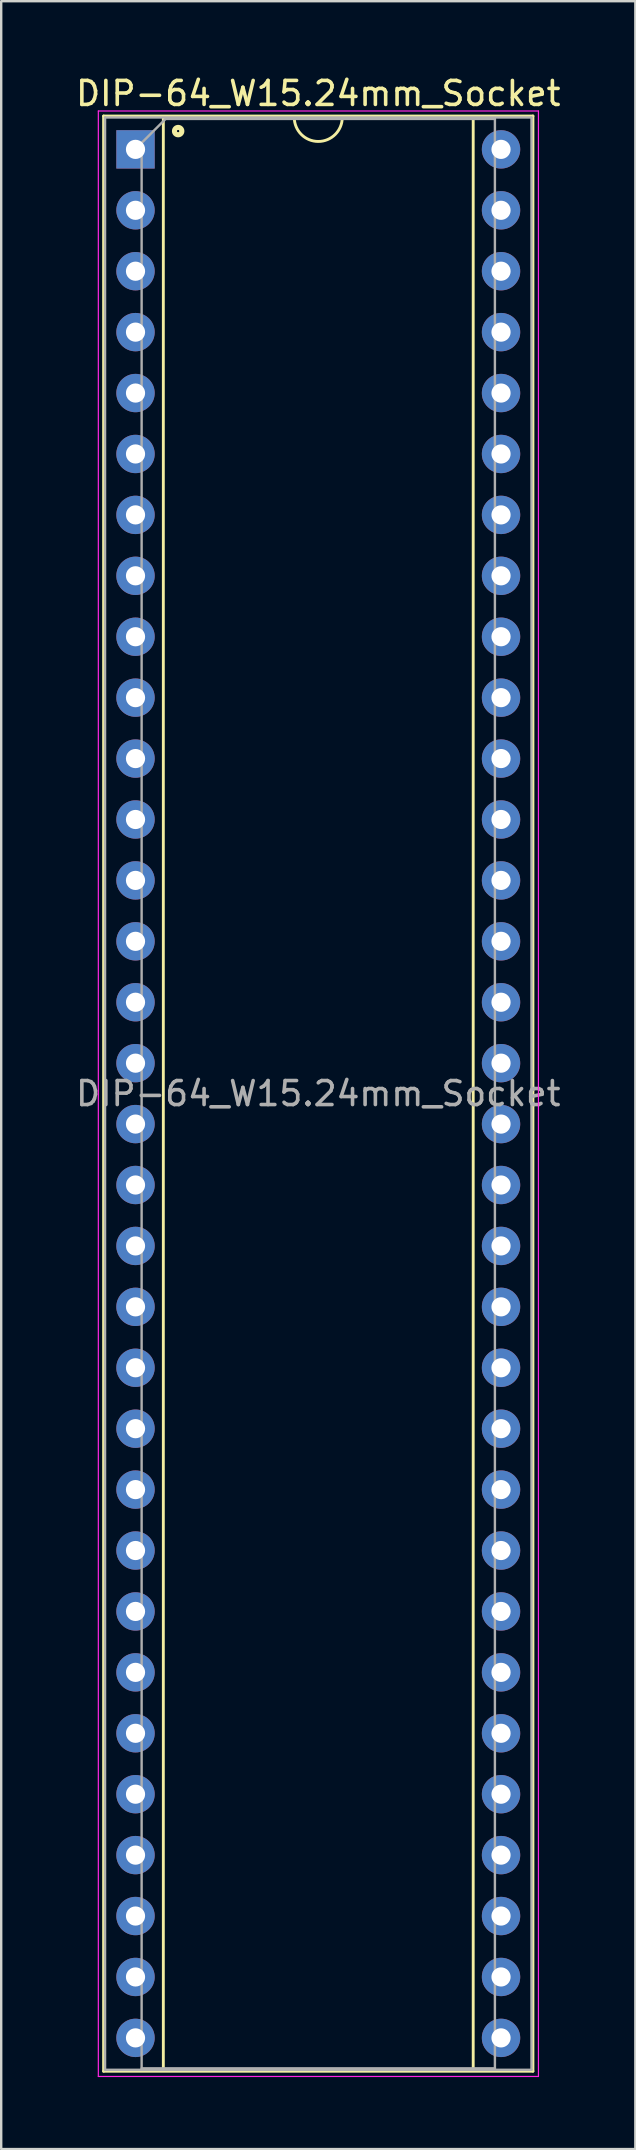
<source format=kicad_pcb>
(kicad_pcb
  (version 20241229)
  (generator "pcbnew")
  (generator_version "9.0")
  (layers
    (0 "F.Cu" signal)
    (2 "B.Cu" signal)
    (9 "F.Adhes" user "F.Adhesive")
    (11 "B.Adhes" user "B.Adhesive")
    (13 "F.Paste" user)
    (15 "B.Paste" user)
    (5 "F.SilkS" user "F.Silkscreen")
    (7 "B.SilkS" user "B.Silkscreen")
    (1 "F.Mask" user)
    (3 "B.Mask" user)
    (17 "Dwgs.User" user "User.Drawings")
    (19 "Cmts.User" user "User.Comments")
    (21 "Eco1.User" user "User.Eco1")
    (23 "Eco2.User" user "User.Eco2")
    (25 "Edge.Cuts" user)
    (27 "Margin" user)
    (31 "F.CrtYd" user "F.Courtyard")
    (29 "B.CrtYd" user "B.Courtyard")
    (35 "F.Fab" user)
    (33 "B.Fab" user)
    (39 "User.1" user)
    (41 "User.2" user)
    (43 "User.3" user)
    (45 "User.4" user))
  (footprint "DIP-64_W15.24mm_Socket"
    (layer "F.Cu")
    (at 2.6 3.178)
    (property "Reference" "DIP-64_W15.24mm_Socket" (at 7.62 -2.33 0) (layer "F.SilkS") (effects (font (size 1 1) (thickness 0.15))))
    (attr through_hole)
    (fp_line (start -1.33 -1.39) (end -1.33 80.13) (stroke (width 0.12) (type solid)) (layer "F.SilkS"))
    (fp_line (start -1.33 80.13) (end 16.57 80.13) (stroke (width 0.12) (type solid)) (layer "F.SilkS"))
    (fp_line (start 1.16 -1.33) (end 1.16 80.07) (stroke (width 0.12) (type solid)) (layer "F.SilkS"))
    (fp_line (start 1.16 80.07) (end 14.08 80.07) (stroke (width 0.12) (type solid)) (layer "F.SilkS"))
    (fp_line (start 6.62 -1.33) (end 1.16 -1.33) (stroke (width 0.12) (type solid)) (layer "F.SilkS"))
    (fp_line (start 14.08 -1.33) (end 8.62 -1.33) (stroke (width 0.12) (type solid)) (layer "F.SilkS"))
    (fp_line (start 14.08 80.07) (end 14.08 -1.33) (stroke (width 0.12) (type solid)) (layer "F.SilkS"))
    (fp_line (start 16.57 -1.39) (end -1.33 -1.39) (stroke (width 0.12) (type solid)) (layer "F.SilkS"))
    (fp_line (start 16.57 80.13) (end 16.57 -1.39) (stroke (width 0.12) (type solid)) (layer "F.SilkS"))
    (fp_arc (start 8.62 -1.33) (mid 7.62 -0.33) (end 6.62 -1.33) (stroke (width 0.12) (type solid)) (layer "F.SilkS"))
    (fp_circle (center 1.778 -0.762) (end 1.828 -0.762) (stroke (width 0.12) (type solid)) (fill no) (layer "F.SilkS"))
    (fp_circle (center 1.778 -0.762) (end 1.903 -0.762) (stroke (width 0.12) (type solid)) (fill no) (layer "F.SilkS"))
    (fp_circle (center 1.778 -0.762) (end 1.978 -0.762) (stroke (width 0.12) (type solid)) (fill no) (layer "F.SilkS"))
    (fp_line (start -1.55 -1.6) (end -1.55 80.35) (stroke (width 0.05) (type solid)) (layer "F.CrtYd"))
    (fp_line (start -1.55 80.35) (end 16.8 80.35) (stroke (width 0.05) (type solid)) (layer "F.CrtYd"))
    (fp_line (start 16.8 -1.6) (end -1.55 -1.6) (stroke (width 0.05) (type solid)) (layer "F.CrtYd"))
    (fp_line (start 16.8 80.35) (end 16.8 -1.6) (stroke (width 0.05) (type solid)) (layer "F.CrtYd"))
    (fp_line (start -1.27 -1.33) (end -1.27 80.07) (stroke (width 0.1) (type solid)) (layer "F.Fab"))
    (fp_line (start -1.27 80.07) (end 16.51 80.07) (stroke (width 0.1) (type solid)) (layer "F.Fab"))
    (fp_line (start 0.255 -0.27) (end 1.255 -1.27) (stroke (width 0.1) (type solid)) (layer "F.Fab"))
    (fp_line (start 0.255 80.01) (end 0.255 -0.27) (stroke (width 0.1) (type solid)) (layer "F.Fab"))
    (fp_line (start 1.255 -1.27) (end 14.985 -1.27) (stroke (width 0.1) (type solid)) (layer "F.Fab"))
    (fp_line (start 14.985 -1.27) (end 14.985 80.01) (stroke (width 0.1) (type solid)) (layer "F.Fab"))
    (fp_line (start 14.985 80.01) (end 0.255 80.01) (stroke (width 0.1) (type solid)) (layer "F.Fab"))
    (fp_line (start 16.51 -1.33) (end -1.27 -1.33) (stroke (width 0.1) (type solid)) (layer "F.Fab"))
    (fp_line (start 16.51 80.07) (end 16.51 -1.33) (stroke (width 0.1) (type solid)) (layer "F.Fab"))
    (fp_text user "${REFERENCE}" (at 7.62 39.37 0) (layer "F.Fab") (effects (font (size 1 1) (thickness 0.15))))
    (pad "1" thru_hole rect (at 0 0) (size 1.6 1.6) (drill 0.8) (layers "*.Cu" "*.Mask"))
    (pad "2" thru_hole oval (at 0 2.54) (size 1.6 1.6) (drill 0.8) (layers "*.Cu" "*.Mask"))
    (pad "3" thru_hole oval (at 0 5.08) (size 1.6 1.6) (drill 0.8) (layers "*.Cu" "*.Mask"))
    (pad "4" thru_hole oval (at 0 7.62) (size 1.6 1.6) (drill 0.8) (layers "*.Cu" "*.Mask"))
    (pad "5" thru_hole oval (at 0 10.16) (size 1.6 1.6) (drill 0.8) (layers "*.Cu" "*.Mask"))
    (pad "6" thru_hole oval (at 0 12.7) (size 1.6 1.6) (drill 0.8) (layers "*.Cu" "*.Mask"))
    (pad "7" thru_hole oval (at 0 15.24) (size 1.6 1.6) (drill 0.8) (layers "*.Cu" "*.Mask"))
    (pad "8" thru_hole oval (at 0 17.78) (size 1.6 1.6) (drill 0.8) (layers "*.Cu" "*.Mask"))
    (pad "9" thru_hole oval (at 0 20.32) (size 1.6 1.6) (drill 0.8) (layers "*.Cu" "*.Mask"))
    (pad "10" thru_hole oval (at 0 22.86) (size 1.6 1.6) (drill 0.8) (layers "*.Cu" "*.Mask"))
    (pad "11" thru_hole oval (at 0 25.4) (size 1.6 1.6) (drill 0.8) (layers "*.Cu" "*.Mask"))
    (pad "12" thru_hole oval (at 0 27.94) (size 1.6 1.6) (drill 0.8) (layers "*.Cu" "*.Mask"))
    (pad "13" thru_hole oval (at 0 30.48) (size 1.6 1.6) (drill 0.8) (layers "*.Cu" "*.Mask"))
    (pad "14" thru_hole oval (at 0 33.02) (size 1.6 1.6) (drill 0.8) (layers "*.Cu" "*.Mask"))
    (pad "15" thru_hole oval (at 0 35.56) (size 1.6 1.6) (drill 0.8) (layers "*.Cu" "*.Mask"))
    (pad "16" thru_hole oval (at 0 38.1) (size 1.6 1.6) (drill 0.8) (layers "*.Cu" "*.Mask"))
    (pad "17" thru_hole oval (at 0 40.64) (size 1.6 1.6) (drill 0.8) (layers "*.Cu" "*.Mask"))
    (pad "18" thru_hole oval (at 0 43.18) (size 1.6 1.6) (drill 0.8) (layers "*.Cu" "*.Mask"))
    (pad "19" thru_hole oval (at 0 45.72) (size 1.6 1.6) (drill 0.8) (layers "*.Cu" "*.Mask"))
    (pad "20" thru_hole oval (at 0 48.26) (size 1.6 1.6) (drill 0.8) (layers "*.Cu" "*.Mask"))
    (pad "21" thru_hole oval (at 0 50.8) (size 1.6 1.6) (drill 0.8) (layers "*.Cu" "*.Mask"))
    (pad "22" thru_hole oval (at 0 53.34) (size 1.6 1.6) (drill 0.8) (layers "*.Cu" "*.Mask"))
    (pad "23" thru_hole oval (at 0 55.88) (size 1.6 1.6) (drill 0.8) (layers "*.Cu" "*.Mask"))
    (pad "24" thru_hole oval (at 0 58.42) (size 1.6 1.6) (drill 0.8) (layers "*.Cu" "*.Mask"))
    (pad "25" thru_hole oval (at 0 60.96) (size 1.6 1.6) (drill 0.8) (layers "*.Cu" "*.Mask"))
    (pad "26" thru_hole oval (at 0 63.5) (size 1.6 1.6) (drill 0.8) (layers "*.Cu" "*.Mask"))
    (pad "27" thru_hole oval (at 0 66.04) (size 1.6 1.6) (drill 0.8) (layers "*.Cu" "*.Mask"))
    (pad "28" thru_hole oval (at 0 68.58) (size 1.6 1.6) (drill 0.8) (layers "*.Cu" "*.Mask"))
    (pad "29" thru_hole oval (at 0 71.12) (size 1.6 1.6) (drill 0.8) (layers "*.Cu" "*.Mask"))
    (pad "30" thru_hole oval (at 0 73.66) (size 1.6 1.6) (drill 0.8) (layers "*.Cu" "*.Mask"))
    (pad "31" thru_hole oval (at 0 76.2) (size 1.6 1.6) (drill 0.8) (layers "*.Cu" "*.Mask"))
    (pad "32" thru_hole oval (at 0 78.74) (size 1.6 1.6) (drill 0.8) (layers "*.Cu" "*.Mask"))
    (pad "33" thru_hole oval (at 15.24 78.74) (size 1.6 1.6) (drill 0.8) (layers "*.Cu" "*.Mask"))
    (pad "34" thru_hole oval (at 15.24 76.2) (size 1.6 1.6) (drill 0.8) (layers "*.Cu" "*.Mask"))
    (pad "35" thru_hole oval (at 15.24 73.66) (size 1.6 1.6) (drill 0.8) (layers "*.Cu" "*.Mask"))
    (pad "36" thru_hole oval (at 15.24 71.12) (size 1.6 1.6) (drill 0.8) (layers "*.Cu" "*.Mask"))
    (pad "37" thru_hole oval (at 15.24 68.58) (size 1.6 1.6) (drill 0.8) (layers "*.Cu" "*.Mask"))
    (pad "38" thru_hole oval (at 15.24 66.04) (size 1.6 1.6) (drill 0.8) (layers "*.Cu" "*.Mask"))
    (pad "39" thru_hole oval (at 15.24 63.5) (size 1.6 1.6) (drill 0.8) (layers "*.Cu" "*.Mask"))
    (pad "40" thru_hole oval (at 15.24 60.96) (size 1.6 1.6) (drill 0.8) (layers "*.Cu" "*.Mask"))
    (pad "41" thru_hole oval (at 15.24 58.42) (size 1.6 1.6) (drill 0.8) (layers "*.Cu" "*.Mask"))
    (pad "42" thru_hole oval (at 15.24 55.88) (size 1.6 1.6) (drill 0.8) (layers "*.Cu" "*.Mask"))
    (pad "43" thru_hole oval (at 15.24 53.34) (size 1.6 1.6) (drill 0.8) (layers "*.Cu" "*.Mask"))
    (pad "44" thru_hole oval (at 15.24 50.8) (size 1.6 1.6) (drill 0.8) (layers "*.Cu" "*.Mask"))
    (pad "45" thru_hole oval (at 15.24 48.26) (size 1.6 1.6) (drill 0.8) (layers "*.Cu" "*.Mask"))
    (pad "46" thru_hole oval (at 15.24 45.72) (size 1.6 1.6) (drill 0.8) (layers "*.Cu" "*.Mask"))
    (pad "47" thru_hole oval (at 15.24 43.18) (size 1.6 1.6) (drill 0.8) (layers "*.Cu" "*.Mask"))
    (pad "48" thru_hole oval (at 15.24 40.64) (size 1.6 1.6) (drill 0.8) (layers "*.Cu" "*.Mask"))
    (pad "49" thru_hole oval (at 15.24 38.1) (size 1.6 1.6) (drill 0.8) (layers "*.Cu" "*.Mask"))
    (pad "50" thru_hole oval (at 15.24 35.56) (size 1.6 1.6) (drill 0.8) (layers "*.Cu" "*.Mask"))
    (pad "51" thru_hole oval (at 15.24 33.02) (size 1.6 1.6) (drill 0.8) (layers "*.Cu" "*.Mask"))
    (pad "52" thru_hole oval (at 15.24 30.48) (size 1.6 1.6) (drill 0.8) (layers "*.Cu" "*.Mask"))
    (pad "53" thru_hole oval (at 15.24 27.94) (size 1.6 1.6) (drill 0.8) (layers "*.Cu" "*.Mask"))
    (pad "54" thru_hole oval (at 15.24 25.4) (size 1.6 1.6) (drill 0.8) (layers "*.Cu" "*.Mask"))
    (pad "55" thru_hole oval (at 15.24 22.86) (size 1.6 1.6) (drill 0.8) (layers "*.Cu" "*.Mask"))
    (pad "56" thru_hole oval (at 15.24 20.32) (size 1.6 1.6) (drill 0.8) (layers "*.Cu" "*.Mask"))
    (pad "57" thru_hole oval (at 15.24 17.78) (size 1.6 1.6) (drill 0.8) (layers "*.Cu" "*.Mask"))
    (pad "58" thru_hole oval (at 15.24 15.24) (size 1.6 1.6) (drill 0.8) (layers "*.Cu" "*.Mask"))
    (pad "59" thru_hole oval (at 15.24 12.7) (size 1.6 1.6) (drill 0.8) (layers "*.Cu" "*.Mask"))
    (pad "60" thru_hole oval (at 15.24 10.16) (size 1.6 1.6) (drill 0.8) (layers "*.Cu" "*.Mask"))
    (pad "61" thru_hole oval (at 15.24 7.62) (size 1.6 1.6) (drill 0.8) (layers "*.Cu" "*.Mask"))
    (pad "62" thru_hole oval (at 15.24 5.08) (size 1.6 1.6) (drill 0.8) (layers "*.Cu" "*.Mask"))
    (pad "63" thru_hole oval (at 15.24 2.54) (size 1.6 1.6) (drill 0.8) (layers "*.Cu" "*.Mask"))
    (pad "64" thru_hole oval (at 15.24 0) (size 1.6 1.6) (drill 0.8) (layers "*.Cu" "*.Mask")))
  (gr_rect
    (start -3 -3)
    (end 23.44 86.553)
    (stroke (width 0.1) (type default))
    (fill no)
    (layer "Edge.Cuts")))
</source>
